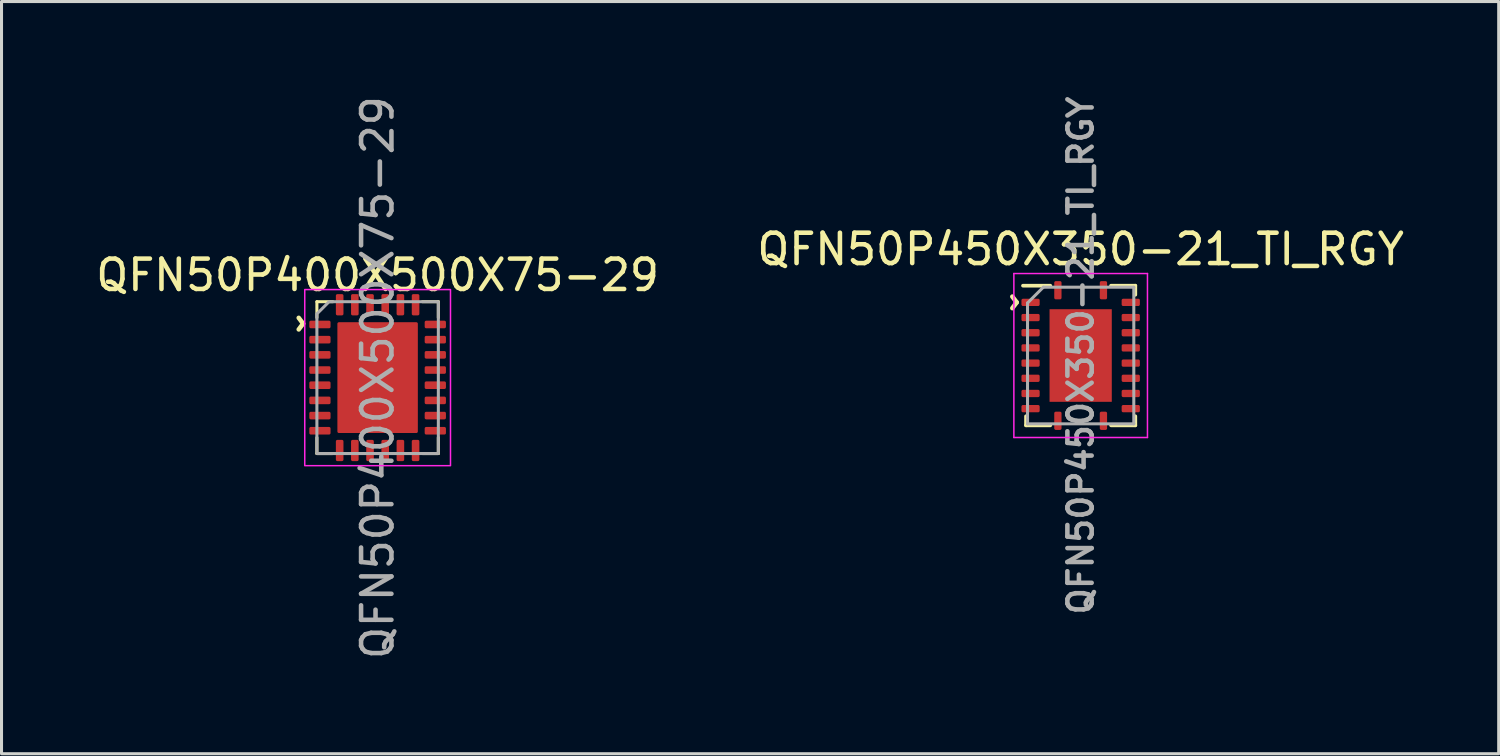
<source format=kicad_pcb>
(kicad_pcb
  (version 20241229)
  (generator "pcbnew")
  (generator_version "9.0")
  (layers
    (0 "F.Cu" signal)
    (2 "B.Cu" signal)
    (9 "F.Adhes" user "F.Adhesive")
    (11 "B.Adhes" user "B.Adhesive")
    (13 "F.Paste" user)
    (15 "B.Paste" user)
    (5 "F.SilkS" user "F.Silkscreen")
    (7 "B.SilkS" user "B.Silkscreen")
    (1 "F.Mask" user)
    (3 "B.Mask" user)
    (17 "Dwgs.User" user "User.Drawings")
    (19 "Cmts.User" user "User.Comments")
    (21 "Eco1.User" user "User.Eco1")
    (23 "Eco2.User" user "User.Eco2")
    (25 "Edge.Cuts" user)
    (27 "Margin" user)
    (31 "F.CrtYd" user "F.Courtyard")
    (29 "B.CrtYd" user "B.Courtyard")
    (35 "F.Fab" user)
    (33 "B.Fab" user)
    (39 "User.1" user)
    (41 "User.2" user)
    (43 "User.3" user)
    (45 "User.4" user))
  (footprint "QFN50P400X500X75-29"
    (layer "F.Cu")
    (at 9.387 9.387)
    (property "Reference" "QFN50P400X500X75-29" (at 0 -3.375 0) (layer "F.SilkS") (effects (font (size 1 1) (thickness 0.15))))
    (attr smd)
    (fp_line (start -2 -2.5) (end -2 -1.975) (stroke (width 0.1) (type default)) (layer "F.SilkS"))
    (fp_line (start -2 -2.5) (end -1.475 -2.5) (stroke (width 0.1) (type default)) (layer "F.SilkS"))
    (fp_line (start -2 2.5) (end -2 1.975) (stroke (width 0.1) (type default)) (layer "F.SilkS"))
    (fp_line (start -2 2.5) (end -1.475 2.5) (stroke (width 0.1) (type default)) (layer "F.SilkS"))
    (fp_line (start 2 -2.5) (end 1.475 -2.5) (stroke (width 0.1) (type default)) (layer "F.SilkS"))
    (fp_line (start 2 -2.5) (end 2 -1.975) (stroke (width 0.1) (type default)) (layer "F.SilkS"))
    (fp_line (start 2 2.5) (end 1.475 2.5) (stroke (width 0.1) (type default)) (layer "F.SilkS"))
    (fp_line (start 2 2.5) (end 2 1.975) (stroke (width 0.1) (type default)) (layer "F.SilkS"))
    (fp_rect (start 2.4 -2.9) (end -2.4 2.9) (stroke (width 0.05) (type default)) (fill no) (layer "F.CrtYd"))
    (fp_poly (pts (xy -1.6 -2.5) (xy 2 -2.5) (xy 2 2.5) (xy -2 2.5) (xy -2 -2.1)) (stroke (width 0.1) (type solid)) (fill no) (layer "F.Fab"))
    (fp_text user "^" (at -3.048 -1.778 270) (unlocked yes) (layer "F.SilkS") (effects (font (size 1 1) (thickness 0.15))))
    (fp_text user "${REFERENCE}" (at 0 0 90) (layer "F.Fab") (effects (font (size 1 1) (thickness 0.15))))
    (pad "" smd roundrect (at -0.75 -1.35) (size 1.1 0.9) (layers "F.Paste") (roundrect_rratio 0.056))
    (pad "" smd roundrect (at -0.75 0) (size 1.1 0.9) (layers "F.Paste") (roundrect_rratio 0.056))
    (pad "" smd roundrect (at -0.75 1.35) (size 1.1 0.9) (layers "F.Paste") (roundrect_rratio 0.056))
    (pad "" smd roundrect (at 0.75 -1.35) (size 1.1 0.9) (layers "F.Paste") (roundrect_rratio 0.056))
    (pad "" smd roundrect (at 0.75 0) (size 1.1 0.9) (layers "F.Paste") (roundrect_rratio 0.056))
    (pad "" smd roundrect (at 0.75 1.35) (size 1.1 0.9) (layers "F.Paste") (roundrect_rratio 0.056))
    (pad "1" smd roundrect (at -1.9 -1.75) (size 0.7 0.25) (layers "F.Cu" "F.Mask" "F.Paste") (roundrect_rratio 0.2))
    (pad "2" smd roundrect (at -1.9 -1.25) (size 0.7 0.25) (layers "F.Cu" "F.Mask" "F.Paste") (roundrect_rratio 0.2))
    (pad "3" smd roundrect (at -1.9 -0.75) (size 0.7 0.25) (layers "F.Cu" "F.Mask" "F.Paste") (roundrect_rratio 0.2))
    (pad "4" smd roundrect (at -1.9 -0.25) (size 0.7 0.25) (layers "F.Cu" "F.Mask" "F.Paste") (roundrect_rratio 0.2))
    (pad "5" smd roundrect (at -1.9 0.25) (size 0.7 0.25) (layers "F.Cu" "F.Mask" "F.Paste") (roundrect_rratio 0.2))
    (pad "6" smd roundrect (at -1.9 0.75) (size 0.7 0.25) (layers "F.Cu" "F.Mask" "F.Paste") (roundrect_rratio 0.2))
    (pad "7" smd roundrect (at -1.9 1.25) (size 0.7 0.25) (layers "F.Cu" "F.Mask" "F.Paste") (roundrect_rratio 0.2))
    (pad "8" smd roundrect (at -1.9 1.75) (size 0.7 0.25) (layers "F.Cu" "F.Mask" "F.Paste") (roundrect_rratio 0.2))
    (pad "9" smd roundrect (at -1.25 2.4 90) (size 0.7 0.25) (layers "F.Cu" "F.Mask" "F.Paste") (roundrect_rratio 0.2))
    (pad "10" smd roundrect (at -0.75 2.4 90) (size 0.7 0.25) (layers "F.Cu" "F.Mask" "F.Paste") (roundrect_rratio 0.2))
    (pad "11" smd roundrect (at -0.25 2.4 90) (size 0.7 0.25) (layers "F.Cu" "F.Mask" "F.Paste") (roundrect_rratio 0.2))
    (pad "12" smd roundrect (at 0.25 2.4 90) (size 0.7 0.25) (layers "F.Cu" "F.Mask" "F.Paste") (roundrect_rratio 0.2))
    (pad "13" smd roundrect (at 0.75 2.4 90) (size 0.7 0.25) (layers "F.Cu" "F.Mask" "F.Paste") (roundrect_rratio 0.2))
    (pad "14" smd roundrect (at 1.25 2.4 90) (size 0.7 0.25) (layers "F.Cu" "F.Mask" "F.Paste") (roundrect_rratio 0.2))
    (pad "15" smd roundrect (at 1.9 1.75) (size 0.7 0.25) (layers "F.Cu" "F.Mask" "F.Paste") (roundrect_rratio 0.2))
    (pad "16" smd roundrect (at 1.9 1.25) (size 0.7 0.25) (layers "F.Cu" "F.Mask" "F.Paste") (roundrect_rratio 0.2))
    (pad "17" smd roundrect (at 1.9 0.75) (size 0.7 0.25) (layers "F.Cu" "F.Mask" "F.Paste") (roundrect_rratio 0.2))
    (pad "18" smd roundrect (at 1.9 0.25) (size 0.7 0.25) (layers "F.Cu" "F.Mask" "F.Paste") (roundrect_rratio 0.2))
    (pad "19" smd roundrect (at 1.9 -0.25) (size 0.7 0.25) (layers "F.Cu" "F.Mask" "F.Paste") (roundrect_rratio 0.2))
    (pad "20" smd roundrect (at 1.9 -0.75) (size 0.7 0.25) (layers "F.Cu" "F.Mask" "F.Paste") (roundrect_rratio 0.2))
    (pad "21" smd roundrect (at 1.9 -1.25) (size 0.7 0.25) (layers "F.Cu" "F.Mask" "F.Paste") (roundrect_rratio 0.2))
    (pad "22" smd roundrect (at 1.9 -1.75) (size 0.7 0.25) (layers "F.Cu" "F.Mask" "F.Paste") (roundrect_rratio 0.2))
    (pad "23" smd roundrect (at 1.25 -2.4 90) (size 0.7 0.25) (layers "F.Cu" "F.Mask" "F.Paste") (roundrect_rratio 0.2))
    (pad "24" smd roundrect (at 0.75 -2.4 90) (size 0.7 0.25) (layers "F.Cu" "F.Mask" "F.Paste") (roundrect_rratio 0.2))
    (pad "25" smd roundrect (at 0.25 -2.4 90) (size 0.7 0.25) (layers "F.Cu" "F.Mask" "F.Paste") (roundrect_rratio 0.2))
    (pad "26" smd roundrect (at -0.25 -2.4 90) (size 0.7 0.25) (layers "F.Cu" "F.Mask" "F.Paste") (roundrect_rratio 0.2))
    (pad "27" smd roundrect (at -0.75 -2.4 90) (size 0.7 0.25) (layers "F.Cu" "F.Mask" "F.Paste") (roundrect_rratio 0.2))
    (pad "28" smd roundrect (at -1.25 -2.4 90) (size 0.7 0.25) (layers "F.Cu" "F.Mask" "F.Paste") (roundrect_rratio 0.2))
    (pad "29" smd roundrect (at 0 0) (size 2.65 3.65) (layers "F.Cu" "F.Mask") (roundrect_rratio 0.019)))
  (footprint "QFN50P450X350-21_TI_RGY"
    (layer "F.Cu")
    (at 32.542 8.659)
    (property "Reference" "QFN50P450X350-21_TI_RGY" (at 0 -3.5 0) (layer "F.SilkS") (effects (font (size 1 1) (thickness 0.15))))
    (attr smd)
    (fp_line (start -1.9 -2.3) (end -1 -2.3) (stroke (width 0.12) (type solid)) (layer "F.SilkS"))
    (fp_line (start -1.8 2) (end -1.8 2.3) (stroke (width 0.12) (type solid)) (layer "F.SilkS"))
    (fp_line (start -1.8 2.3) (end -1 2.3) (stroke (width 0.12) (type solid)) (layer "F.SilkS"))
    (fp_line (start 1 -2.3) (end 1.8 -2.3) (stroke (width 0.12) (type solid)) (layer "F.SilkS"))
    (fp_line (start 1 2.3) (end 1.8 2.3) (stroke (width 0.12) (type solid)) (layer "F.SilkS"))
    (fp_line (start 1.8 -2.3) (end 1.8 -2) (stroke (width 0.12) (type solid)) (layer "F.SilkS"))
    (fp_line (start 1.8 2) (end 1.8 2.3) (stroke (width 0.12) (type solid)) (layer "F.SilkS"))
    (fp_rect (start -1 -1.5) (end -0.2 -0.2) (stroke (width 0.01) (type solid)) (fill yes) (layer "F.Paste"))
    (fp_rect (start -1 0.2) (end -0.2 1.5) (stroke (width 0.01) (type solid)) (fill yes) (layer "F.Paste"))
    (fp_rect (start 0.2 -1.5) (end 1 -0.2) (stroke (width 0.01) (type solid)) (fill yes) (layer "F.Paste"))
    (fp_rect (start 0.2 0.2) (end 1 1.5) (stroke (width 0.01) (type solid)) (fill yes) (layer "F.Paste"))
    (fp_line (start -2.2 -2.7) (end -2.2 2.7) (stroke (width 0.05) (type solid)) (layer "F.CrtYd"))
    (fp_line (start -2.2 -2.7) (end 2.2 -2.7) (stroke (width 0.05) (type solid)) (layer "F.CrtYd"))
    (fp_line (start -2.2 2.7) (end 2.2 2.7) (stroke (width 0.05) (type solid)) (layer "F.CrtYd"))
    (fp_line (start 2.2 -2.7) (end 2.2 2.7) (stroke (width 0.05) (type solid)) (layer "F.CrtYd"))
    (fp_line (start -1.75 -1.73) (end -1.75 2.25) (stroke (width 0.1) (type solid)) (layer "F.Fab"))
    (fp_line (start -1.75 -1.73) (end -1.23 -2.25) (stroke (width 0.1) (type solid)) (layer "F.Fab"))
    (fp_line (start -1.75 2.25) (end 1.75 2.25) (stroke (width 0.1) (type solid)) (layer "F.Fab"))
    (fp_line (start -1.23 -2.25) (end 1.75 -2.25) (stroke (width 0.1) (type solid)) (layer "F.Fab"))
    (fp_line (start 1.75 -2.25) (end 1.75 2.25) (stroke (width 0.1) (type solid)) (layer "F.Fab"))
    (fp_text user "^" (at -2.7 -1.75 270) (unlocked yes) (layer "F.SilkS") (effects (font (size 1 1) (thickness 0.15))))
    (fp_text user "${REFERENCE}" (at 0 0 90) (layer "F.Fab") (effects (font (size 0.8 0.8) (thickness 0.15))))
    (pad "1" smd roundrect (at -0.75 -2.15) (size 0.24 0.6) (layers "F.Cu" "F.Mask" "F.Paste") (roundrect_rratio 0.21))
    (pad "2" smd roundrect (at -1.65 -1.75) (size 0.6 0.24) (layers "F.Cu" "F.Mask" "F.Paste") (roundrect_rratio 0.21))
    (pad "3" smd roundrect (at -1.65 -1.25) (size 0.6 0.24) (layers "F.Cu" "F.Mask" "F.Paste") (roundrect_rratio 0.21))
    (pad "4" smd roundrect (at -1.65 -0.75) (size 0.6 0.24) (layers "F.Cu" "F.Mask" "F.Paste") (roundrect_rratio 0.21))
    (pad "5" smd roundrect (at -1.65 -0.25) (size 0.6 0.24) (layers "F.Cu" "F.Mask" "F.Paste") (roundrect_rratio 0.21))
    (pad "6" smd roundrect (at -1.65 0.25) (size 0.6 0.24) (layers "F.Cu" "F.Mask" "F.Paste") (roundrect_rratio 0.21))
    (pad "7" smd roundrect (at -1.65 0.75) (size 0.6 0.24) (layers "F.Cu" "F.Mask" "F.Paste") (roundrect_rratio 0.21))
    (pad "8" smd roundrect (at -1.65 1.25) (size 0.6 0.24) (layers "F.Cu" "F.Mask" "F.Paste") (roundrect_rratio 0.21))
    (pad "9" smd roundrect (at -1.65 1.75) (size 0.6 0.24) (layers "F.Cu" "F.Mask" "F.Paste") (roundrect_rratio 0.21))
    (pad "10" smd roundrect (at -0.75 2.15) (size 0.24 0.6) (layers "F.Cu" "F.Mask" "F.Paste") (roundrect_rratio 0.21))
    (pad "11" smd roundrect (at 0.75 2.15) (size 0.24 0.6) (layers "F.Cu" "F.Mask" "F.Paste") (roundrect_rratio 0.21))
    (pad "12" smd roundrect (at 1.65 1.75) (size 0.6 0.24) (layers "F.Cu" "F.Mask" "F.Paste") (roundrect_rratio 0.21))
    (pad "13" smd roundrect (at 1.65 1.25) (size 0.6 0.24) (layers "F.Cu" "F.Mask" "F.Paste") (roundrect_rratio 0.21))
    (pad "14" smd roundrect (at 1.65 0.75) (size 0.6 0.24) (layers "F.Cu" "F.Mask" "F.Paste") (roundrect_rratio 0.21))
    (pad "15" smd roundrect (at 1.65 0.25) (size 0.6 0.24) (layers "F.Cu" "F.Mask" "F.Paste") (roundrect_rratio 0.21))
    (pad "16" smd roundrect (at 1.65 -0.25) (size 0.6 0.24) (layers "F.Cu" "F.Mask" "F.Paste") (roundrect_rratio 0.21))
    (pad "17" smd roundrect (at 1.65 -0.75) (size 0.6 0.24) (layers "F.Cu" "F.Mask" "F.Paste") (roundrect_rratio 0.21))
    (pad "18" smd roundrect (at 1.65 -1.25) (size 0.6 0.24) (layers "F.Cu" "F.Mask" "F.Paste") (roundrect_rratio 0.21))
    (pad "19" smd roundrect (at 1.65 -1.75) (size 0.6 0.24) (layers "F.Cu" "F.Mask" "F.Paste") (roundrect_rratio 0.21))
    (pad "20" smd roundrect (at 0.75 -2.15) (size 0.24 0.6) (layers "F.Cu" "F.Mask" "F.Paste") (roundrect_rratio 0.21))
    (pad "21" smd rect (at 0 0) (size 2.05 3.05) (layers "F.Cu" "F.Mask")))
  (gr_rect
    (start -3 -3)
    (end 46.31 21.774)
    (stroke (width 0.1) (type default))
    (fill no)
    (layer "Edge.Cuts")))
</source>
